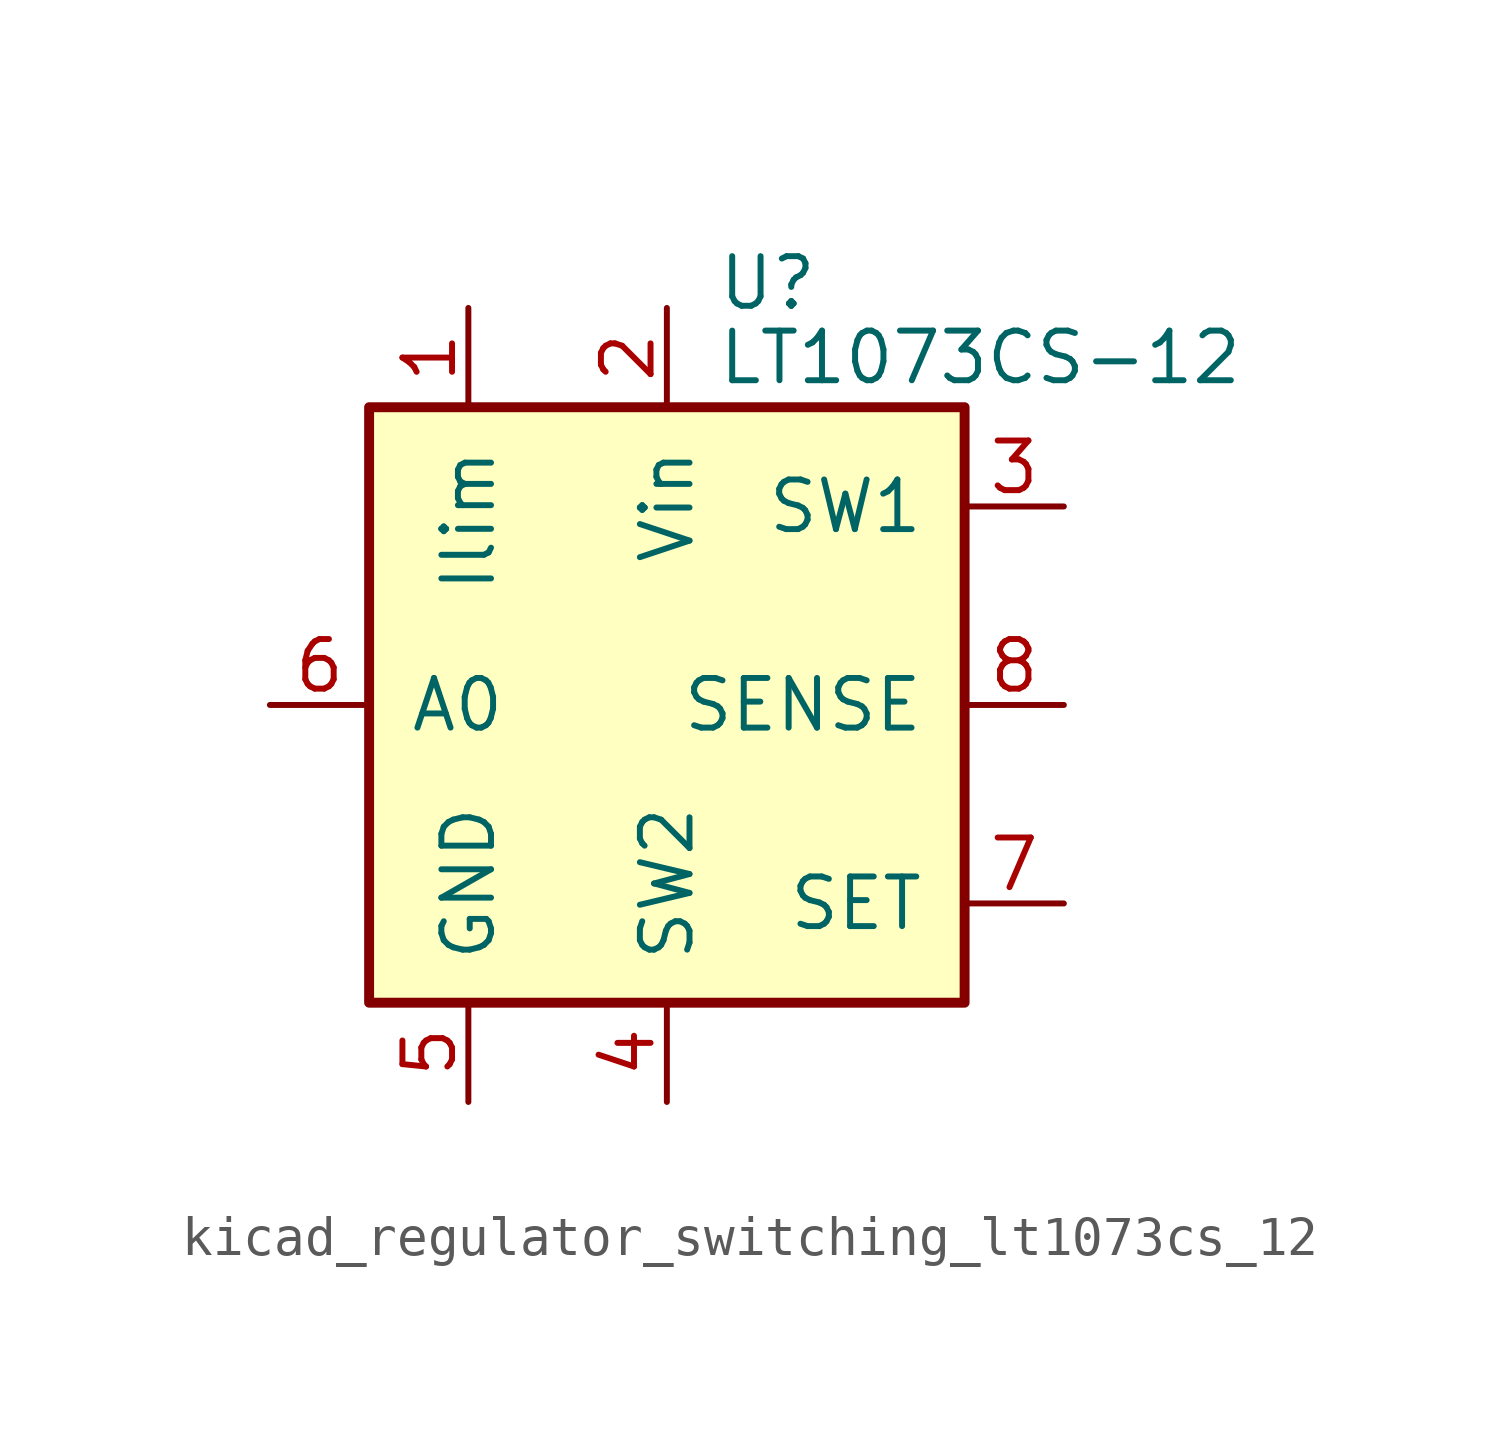
<source format=kicad_sym>
(kicad_symbol_lib
  (version 20220914)
  (generator kicad_symbol_editor)
  (symbol "kicad_regulator_switching_lt1073cs_12"
    (pin_names
      (offset 1.016))
    (property "Reference" "U"
      (at 1.27 10.795 0)
      (effects (font (size 1.27 1.27)) (justify left)))
    (property "Value" "LT1073CS-12"
      (at 1.27 8.89 0)
      (effects (font (size 1.27 1.27)) (justify left)))
    (symbol "kicad_regulator_switching_lt1073cs_12_0_1"
      (rectangle (start -7.62 7.62) (end 7.62 -7.62) (stroke (width 0.254) (type default)) (fill (type background))))
    (symbol "kicad_regulator_switching_lt1073cs_12_1_1"
      (pin input line (at -5.08 10.16 270) (length 2.54) (name "Ilim" (effects (font (size 1.27 1.27)))) (number "1" (effects (font (size 1.27 1.27)))))
      (pin power_in line (at 0 10.16 270) (length 2.54) (name "Vin" (effects (font (size 1.27 1.27)))) (number "2" (effects (font (size 1.27 1.27)))))
      (pin input line (at 10.16 5.08 180) (length 2.54) (name "SW1" (effects (font (size 1.27 1.27)))) (number "3" (effects (font (size 1.27 1.27)))))
      (pin input line (at 0 -10.16 90) (length 2.54) (name "SW2" (effects (font (size 1.27 1.27)))) (number "4" (effects (font (size 1.27 1.27)))))
      (pin power_in line (at -5.08 -10.16 90) (length 2.54) (name "GND" (effects (font (size 1.27 1.27)))) (number "5" (effects (font (size 1.27 1.27)))))
      (pin output line (at -10.16 0 0) (length 2.54) (name "A0" (effects (font (size 1.27 1.27)))) (number "6" (effects (font (size 1.27 1.27)))))
      (pin input line (at 10.16 -5.08 180) (length 2.54) (name "SET" (effects (font (size 1.27 1.27)))) (number "7" (effects (font (size 1.27 1.27)))))
      (pin input line (at 10.16 0 180) (length 2.54) (name "SENSE" (effects (font (size 1.27 1.27)))) (number "8" (effects (font (size 1.27 1.27))))))))
</source>
